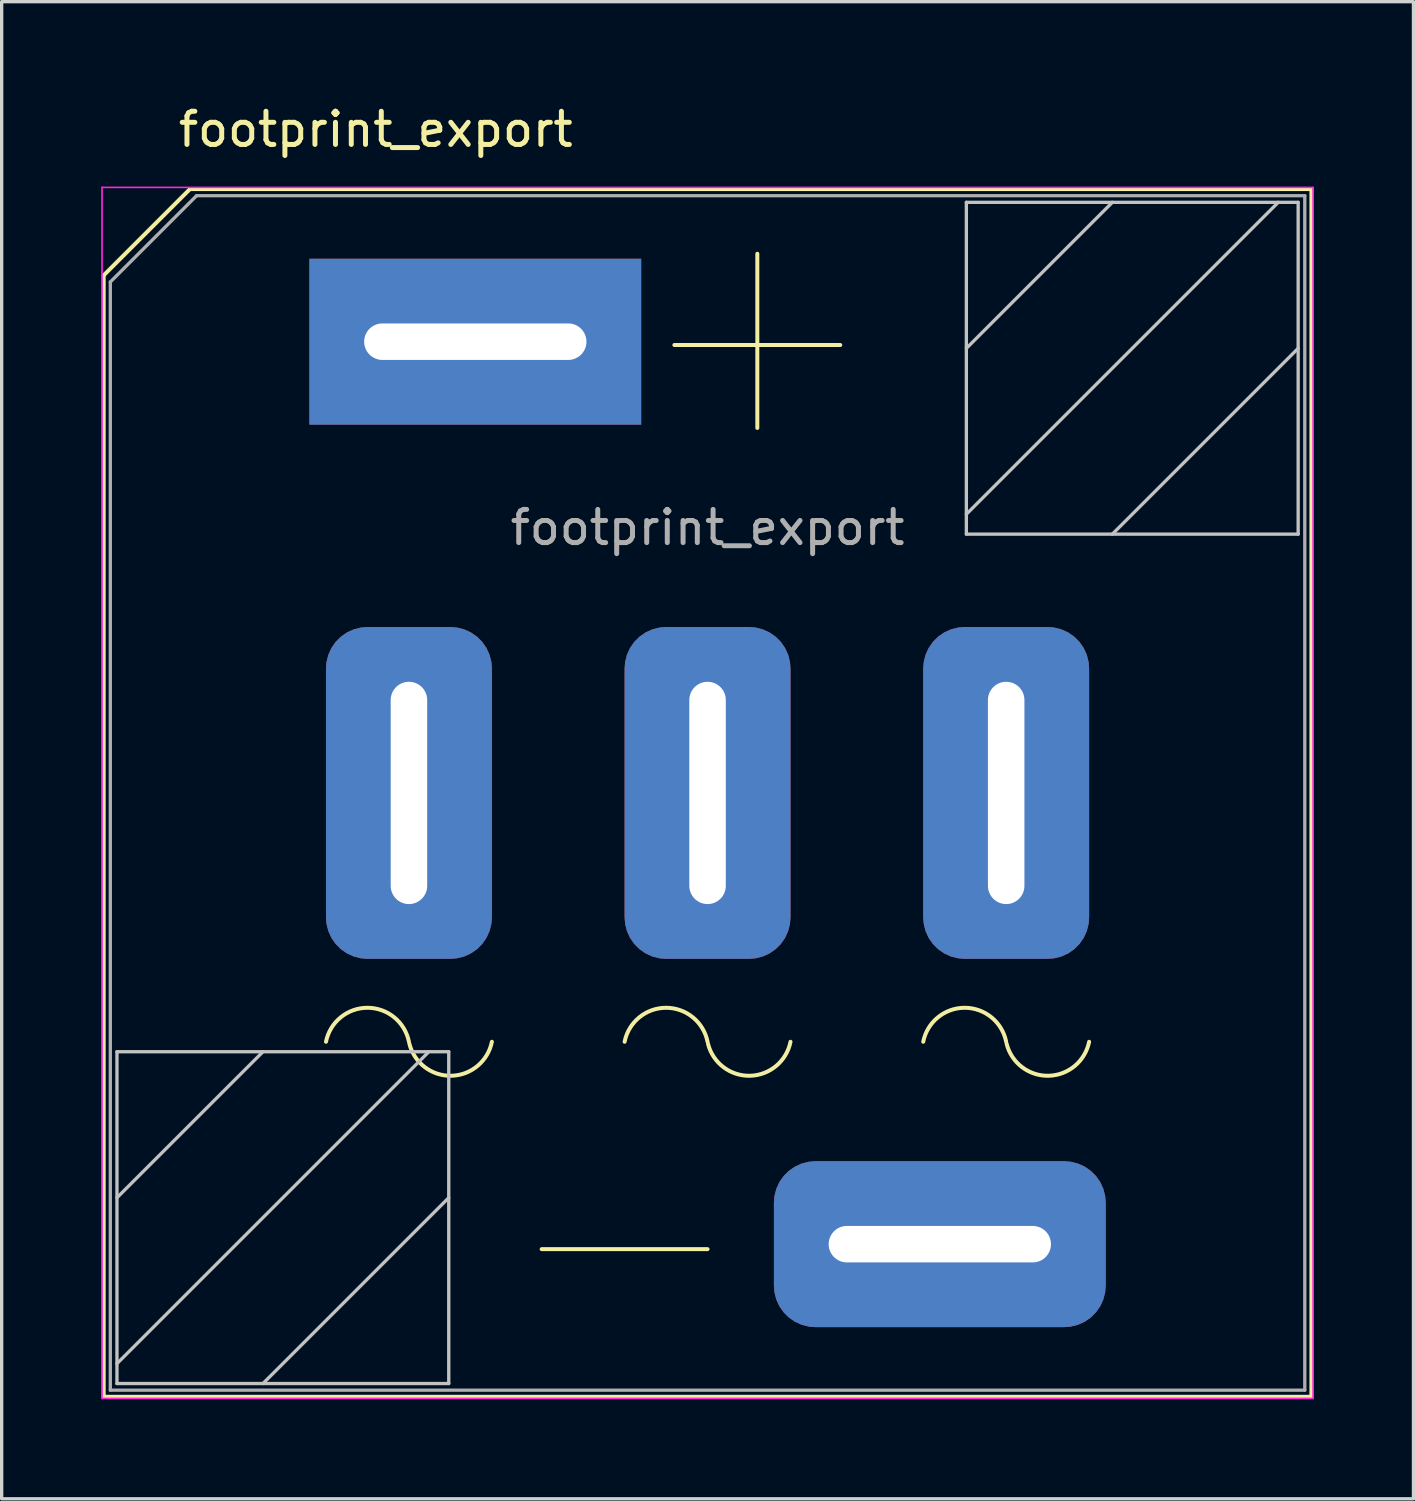
<source format=kicad_pcb>
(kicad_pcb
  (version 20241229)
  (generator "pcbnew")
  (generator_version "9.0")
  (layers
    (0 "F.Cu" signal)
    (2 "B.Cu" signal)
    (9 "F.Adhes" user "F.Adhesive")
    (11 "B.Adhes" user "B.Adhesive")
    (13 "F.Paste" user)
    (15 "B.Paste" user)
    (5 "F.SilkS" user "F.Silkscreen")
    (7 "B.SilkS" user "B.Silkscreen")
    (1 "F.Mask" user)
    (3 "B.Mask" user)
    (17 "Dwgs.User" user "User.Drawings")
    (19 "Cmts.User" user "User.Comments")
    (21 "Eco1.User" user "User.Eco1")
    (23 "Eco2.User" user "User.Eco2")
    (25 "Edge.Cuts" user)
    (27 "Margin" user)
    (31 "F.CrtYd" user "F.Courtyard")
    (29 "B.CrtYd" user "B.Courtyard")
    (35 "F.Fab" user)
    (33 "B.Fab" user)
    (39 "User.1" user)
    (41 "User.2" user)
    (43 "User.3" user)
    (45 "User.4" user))
  (footprint "footprint_export"
    (layer "F.Cu")
    (at 11.275 7.248)
    (property "Reference" "footprint_export" (at -3 -6.4 0) (layer "F.SilkS") (effects (font (size 1 1) (thickness 0.15))))
    (attr through_hole)
    (fp_line (start -11.2 -2) (end -11.2 31.8) (stroke (width 0.12) (type solid)) (layer "F.SilkS"))
    (fp_line (start -11.2 31.8) (end 25.2 31.8) (stroke (width 0.12) (type solid)) (layer "F.SilkS"))
    (fp_line (start -8.6 -4.6) (end -11.2 -2) (stroke (width 0.12) (type solid)) (layer "F.SilkS"))
    (fp_line (start 7 27.35) (end 2 27.35) (stroke (width 0.12) (type solid)) (layer "F.SilkS"))
    (fp_line (start 8.5 2.6) (end 8.5 -2.65) (stroke (width 0.12) (type solid)) (layer "F.SilkS"))
    (fp_line (start 11 0.1) (end 6 0.1) (stroke (width 0.12) (type solid)) (layer "F.SilkS"))
    (fp_line (start 25.2 -4.6) (end -8.6 -4.6) (stroke (width 0.12) (type solid)) (layer "F.SilkS"))
    (fp_line (start 25.2 -4.6) (end 25.2 31.8) (stroke (width 0.12) (type solid)) (layer "F.SilkS"))
    (fp_arc (start -4.499999 21.100001) (mid -3.250001 20.075246) (end -2.000001 21.099999) (stroke (width 0.12) (type solid)) (layer "F.SilkS"))
    (fp_arc (start 0.499999 21.099999) (mid -0.719674 22.124393) (end -1.986693 21.159174) (stroke (width 0.12) (type solid)) (layer "F.SilkS"))
    (fp_arc (start 4.500002 21.100002) (mid 5.75 20.075247) (end 7 21.1) (stroke (width 0.12) (type solid)) (layer "F.SilkS"))
    (fp_arc (start 9.5 21.1) (mid 8.280327 22.124394) (end 7.013308 21.159175) (stroke (width 0.12) (type solid)) (layer "F.SilkS"))
    (fp_arc (start 13.500002 21.100002) (mid 14.75 20.075247) (end 16 21.1) (stroke (width 0.12) (type solid)) (layer "F.SilkS"))
    (fp_arc (start 18.5 21.1) (mid 17.280327 22.124394) (end 16.013308 21.159175) (stroke (width 0.12) (type solid)) (layer "F.SilkS"))
    (fp_line (start -10.8 21.4) (end -0.8 21.4) (stroke (width 0.1) (type solid)) (layer "Dwgs.User"))
    (fp_line (start -10.8 25.8) (end -6.4 21.4) (stroke (width 0.1) (type solid)) (layer "Dwgs.User"))
    (fp_line (start -10.8 30.8) (end -1.4 21.4) (stroke (width 0.1) (type solid)) (layer "Dwgs.User"))
    (fp_line (start -10.8 31.4) (end -10.8 21.4) (stroke (width 0.1) (type solid)) (layer "Dwgs.User"))
    (fp_line (start -6.4 31.4) (end -0.8 25.8) (stroke (width 0.1) (type solid)) (layer "Dwgs.User"))
    (fp_line (start -0.8 21.4) (end -0.8 31.4) (stroke (width 0.1) (type solid)) (layer "Dwgs.User"))
    (fp_line (start -0.8 31.4) (end -10.8 31.4) (stroke (width 0.1) (type solid)) (layer "Dwgs.User"))
    (fp_line (start 14.8 -4.2) (end 24.8 -4.2) (stroke (width 0.1) (type solid)) (layer "Dwgs.User"))
    (fp_line (start 14.8 0.2) (end 19.2 -4.2) (stroke (width 0.1) (type solid)) (layer "Dwgs.User"))
    (fp_line (start 14.8 5.2) (end 24.2 -4.2) (stroke (width 0.1) (type solid)) (layer "Dwgs.User"))
    (fp_line (start 14.8 5.8) (end 14.8 -4.2) (stroke (width 0.1) (type solid)) (layer "Dwgs.User"))
    (fp_line (start 19.2 5.8) (end 24.8 0.2) (stroke (width 0.1) (type solid)) (layer "Dwgs.User"))
    (fp_line (start 24.8 -4.2) (end 24.8 5.8) (stroke (width 0.1) (type solid)) (layer "Dwgs.User"))
    (fp_line (start 24.8 5.8) (end 14.8 5.8) (stroke (width 0.1) (type solid)) (layer "Dwgs.User"))
    (fp_line (start -11.25 -4.65) (end 25.25 -4.65) (stroke (width 0.05) (type solid)) (layer "F.CrtYd"))
    (fp_line (start -11.25 31.85) (end -11.25 -4.65) (stroke (width 0.05) (type solid)) (layer "F.CrtYd"))
    (fp_line (start 25.25 -4.65) (end 25.25 31.85) (stroke (width 0.05) (type solid)) (layer "F.CrtYd"))
    (fp_line (start 25.25 31.85) (end -11.25 31.85) (stroke (width 0.05) (type solid)) (layer "F.CrtYd"))
    (fp_line (start -11 31.6) (end -11 -1.8) (stroke (width 0.1) (type solid)) (layer "F.Fab"))
    (fp_line (start -8.4 -4.4) (end -11 -1.8) (stroke (width 0.1) (type solid)) (layer "F.Fab"))
    (fp_line (start -8.4 -4.4) (end 25 -4.4) (stroke (width 0.1) (type solid)) (layer "F.Fab"))
    (fp_line (start 25 -4.4) (end 25 31.6) (stroke (width 0.1) (type solid)) (layer "F.Fab"))
    (fp_line (start 25 31.6) (end -11 31.6) (stroke (width 0.1) (type solid)) (layer "F.Fab"))
    (fp_text user "${REFERENCE}" (at 7 5.6 0) (layer "F.Fab") (effects (font (size 1 1) (thickness 0.15))))
    (pad "1" thru_hole rect (at 0 0) (size 10 5) (drill oval 6.7 1.1) (layers "*.Cu" "*.Mask"))
    (pad "2" thru_hole roundrect (at -2 13.6 90) (size 10 5) (drill oval 6.7 1.1) (layers "*.Cu" "*.Mask") (roundrect_rratio 0.25))
    (pad "3" thru_hole roundrect (at 7 13.6 90) (size 10 5) (drill oval 6.7 1.1) (layers "*.Cu" "*.Mask") (roundrect_rratio 0.25))
    (pad "4" thru_hole roundrect (at 16 13.6 90) (size 10 5) (drill oval 6.7 1.1) (layers "*.Cu" "*.Mask") (roundrect_rratio 0.25))
    (pad "5" thru_hole roundrect (at 14 27.2) (size 10 5) (drill oval 6.7 1.1) (layers "*.Cu" "*.Mask") (roundrect_rratio 0.25)))
  (gr_rect
    (start -3 -3)
    (end 39.55 42.123)
    (stroke (width 0.1) (type default))
    (fill no)
    (layer "Edge.Cuts")))
</source>
